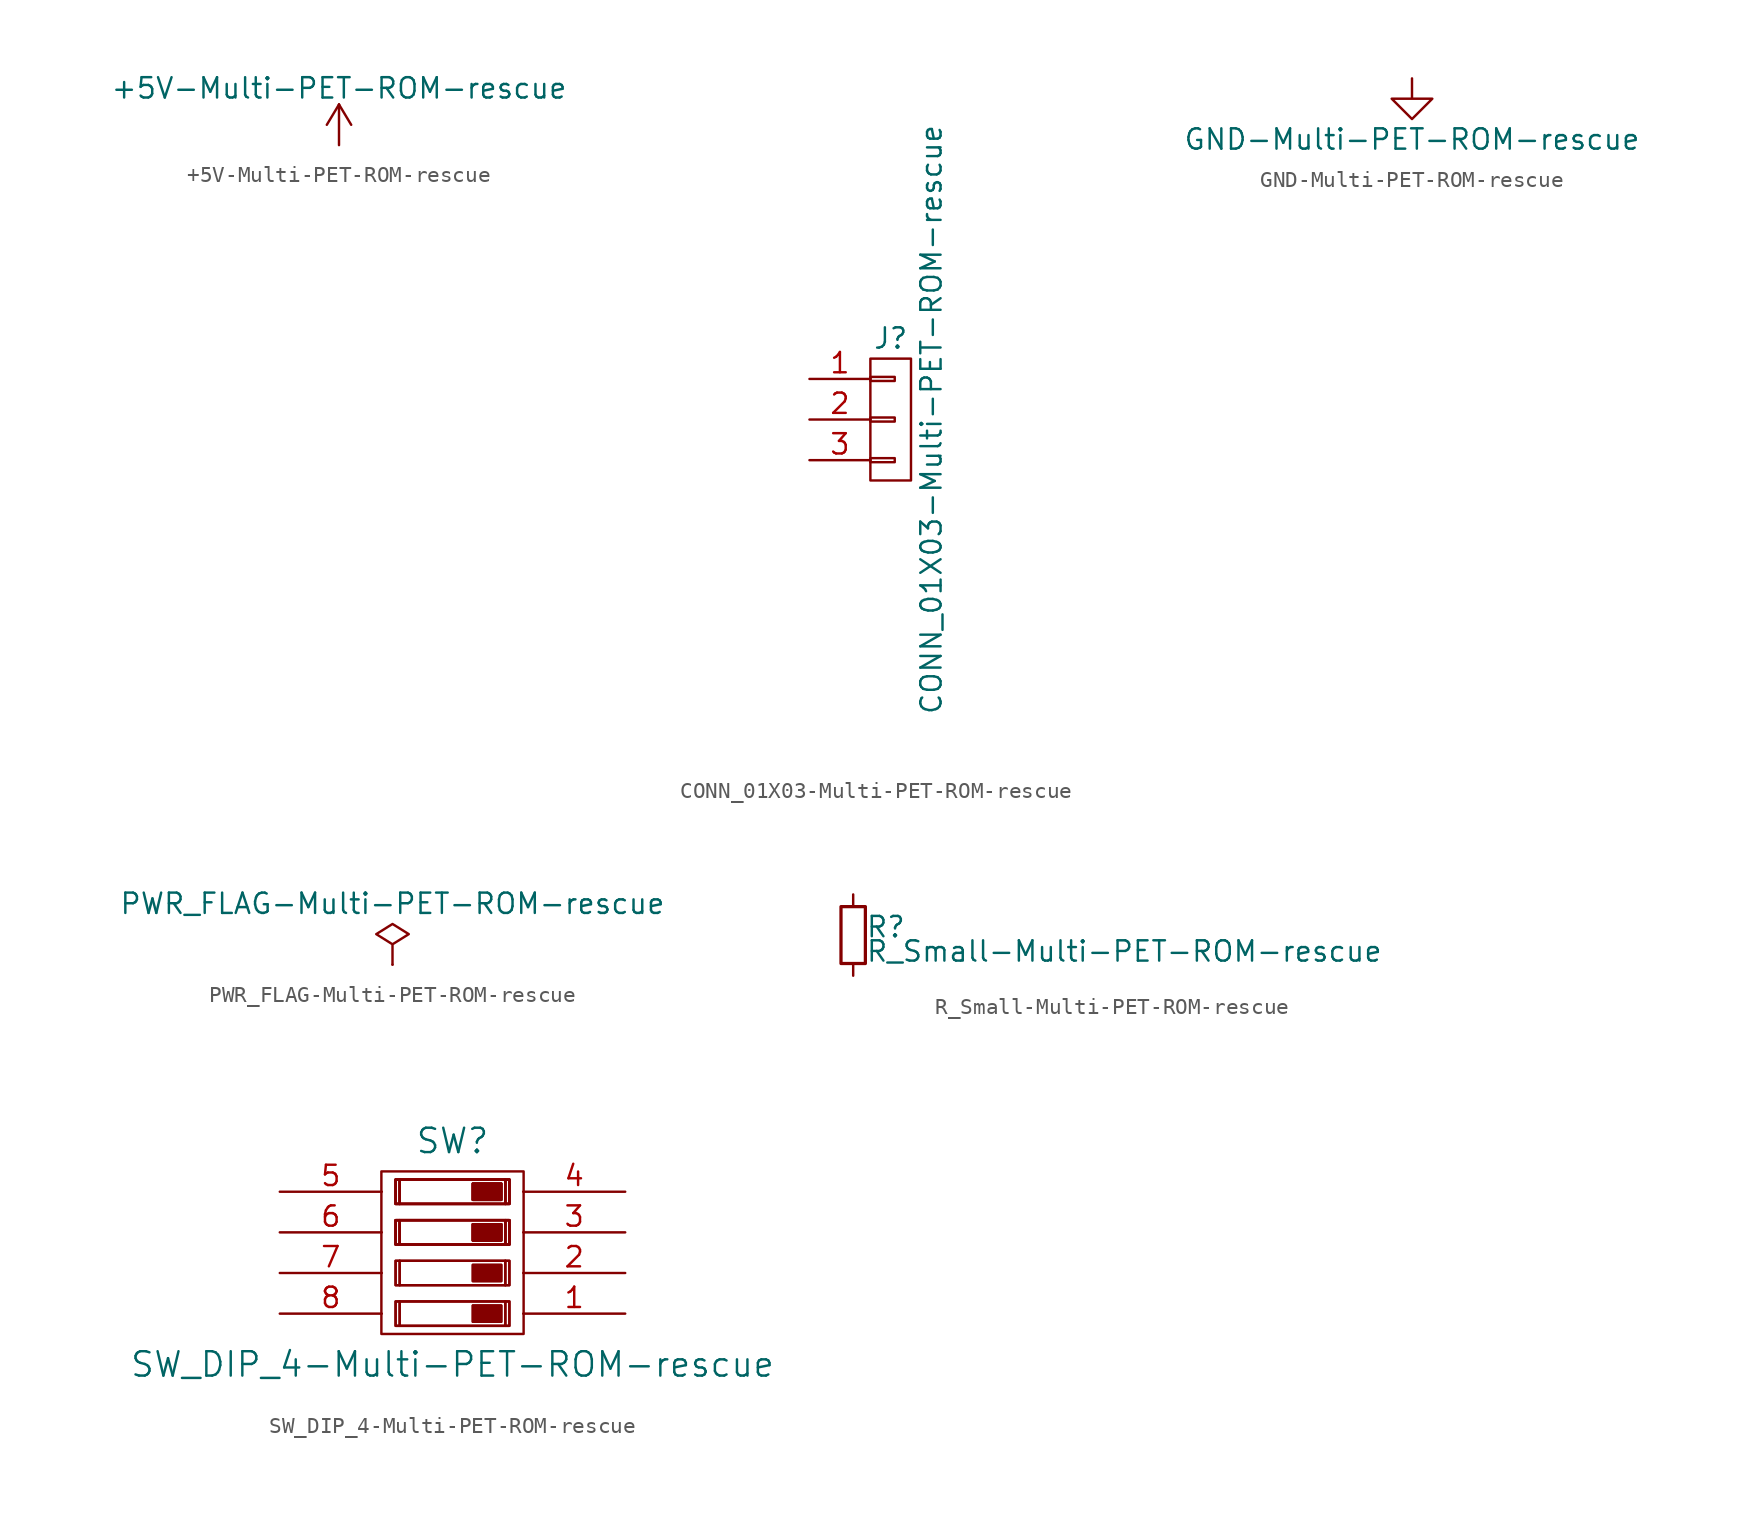
<source format=kicad_sym>
(kicad_symbol_lib
  (version 20241209)
  (generator "kicad_symbol_editor")
  (generator_version "9.0")
  (symbol "+5V-Multi-PET-ROM-rescue"
    (power)
    (pin_names
      (offset 0))
    (property "Reference" "#PWR"
      (at 0 -3.81 0)
      (effects (font (size 1.27 1.27)) (hide yes)))
    (property "Value" "+5V-Multi-PET-ROM-rescue"
      (at 0 3.556 0)
      (effects (font (size 1.27 1.27))))
    (symbol "+5V-Multi-PET-ROM-rescue_0_1"
      (polyline (pts (xy -0.762 1.27) (xy 0 2.54)) (stroke (width 0) (type solid)) (fill (type none)))
      (polyline (pts (xy 0 2.54) (xy 0.762 1.27)) (stroke (width 0) (type solid)) (fill (type none)))
      (polyline (pts (xy 0 0) (xy 0 2.54)) (stroke (width 0) (type solid)) (fill (type none))))
    (symbol "+5V-Multi-PET-ROM-rescue_1_1"
      (pin power_in line (at 0 0 90) (length 0) (hide yes) (name "+5V" (effects (font (size 1.27 1.27)))) (number "1" (effects (font (size 1.27 1.27)))))))
  (symbol "CONN_01X03-Multi-PET-ROM-rescue"
    (pin_names
      (offset 1.016)
      (hide yes))
    (property "Reference" "J"
      (at 0 5.08 0)
      (effects (font (size 1.27 1.27))))
    (property "Value" "CONN_01X03-Multi-PET-ROM-rescue"
      (at 2.54 0 90)
      (effects (font (size 1.27 1.27))))
    (symbol "CONN_01X03-Multi-PET-ROM-rescue_0_1"
      (rectangle (start -1.27 3.81) (end 1.27 -3.81) (stroke (width 0) (type solid)) (fill (type none)))
      (rectangle (start -1.27 2.667) (end 0.254 2.413) (stroke (width 0) (type solid)) (fill (type none)))
      (rectangle (start -1.27 0.127) (end 0.254 -0.127) (stroke (width 0) (type solid)) (fill (type none)))
      (rectangle (start -1.27 -2.413) (end 0.254 -2.667) (stroke (width 0) (type solid)) (fill (type none))))
    (symbol "CONN_01X03-Multi-PET-ROM-rescue_1_1"
      (pin passive line (at -5.08 2.54 0) (length 3.81) (name "P1" (effects (font (size 1.27 1.27)))) (number "1" (effects (font (size 1.27 1.27)))))
      (pin passive line (at -5.08 0 0) (length 3.81) (name "P2" (effects (font (size 1.27 1.27)))) (number "2" (effects (font (size 1.27 1.27)))))
      (pin passive line (at -5.08 -2.54 0) (length 3.81) (name "P3" (effects (font (size 1.27 1.27)))) (number "3" (effects (font (size 1.27 1.27)))))))
  (symbol "GND-Multi-PET-ROM-rescue"
    (power)
    (pin_names
      (offset 0))
    (property "Reference" "#PWR"
      (at 0 -6.35 0)
      (effects (font (size 1.27 1.27)) (hide yes)))
    (property "Value" "GND-Multi-PET-ROM-rescue"
      (at 0 -3.81 0)
      (effects (font (size 1.27 1.27))))
    (symbol "GND-Multi-PET-ROM-rescue_0_1"
      (polyline (pts (xy 0 0) (xy 0 -1.27) (xy 1.27 -1.27) (xy 0 -2.54) (xy -1.27 -1.27) (xy 0 -1.27)) (stroke (width 0) (type solid)) (fill (type none))))
    (symbol "GND-Multi-PET-ROM-rescue_1_1"
      (pin power_in line (at 0 0 270) (length 0) (hide yes) (name "GND" (effects (font (size 1.27 1.27)))) (number "1" (effects (font (size 1.27 1.27)))))))
  (symbol "PWR_FLAG-Multi-PET-ROM-rescue"
    (power)
    (pin_numbers
      (hide yes))
    (pin_names
      (offset 0)
      (hide yes))
    (property "Reference" "#FLG"
      (at 0 1.905 0)
      (effects (font (size 1.27 1.27)) (hide yes)))
    (property "Value" "PWR_FLAG-Multi-PET-ROM-rescue"
      (at 0 3.81 0)
      (effects (font (size 1.27 1.27))))
    (symbol "PWR_FLAG-Multi-PET-ROM-rescue_0_0"
      (pin power_out line (at 0 0 90) (length 0) (name "pwr" (effects (font (size 1.27 1.27)))) (number "1" (effects (font (size 1.27 1.27))))))
    (symbol "PWR_FLAG-Multi-PET-ROM-rescue_0_1"
      (polyline (pts (xy 0 0) (xy 0 1.27) (xy -1.016 1.905) (xy 0 2.54) (xy 1.016 1.905) (xy 0 1.27)) (stroke (width 0) (type solid)) (fill (type none)))))
  (symbol "R_Small-Multi-PET-ROM-rescue"
    (pin_numbers
      (hide yes))
    (pin_names
      (offset 0.254)
      (hide yes))
    (property "Reference" "R"
      (at 0.762 0.508 0)
      (effects (font (size 1.27 1.27)) (justify left)))
    (property "Value" "R_Small-Multi-PET-ROM-rescue"
      (at 0.762 -1.016 0)
      (effects (font (size 1.27 1.27)) (justify left)))
    (symbol "R_Small-Multi-PET-ROM-rescue_0_1"
      (rectangle (start -0.762 1.778) (end 0.762 -1.778) (stroke (width 0.203) (type solid)) (fill (type none))))
    (symbol "R_Small-Multi-PET-ROM-rescue_1_1"
      (pin passive line (at 0 2.54 270) (length 0.762) (name "~" (effects (font (size 1.27 1.27)))) (number "1" (effects (font (size 1.27 1.27)))))
      (pin passive line (at 0 -2.54 90) (length 0.762) (name "~" (effects (font (size 1.27 1.27)))) (number "2" (effects (font (size 1.27 1.27)))))))
  (symbol "SW_DIP_4-Multi-PET-ROM-rescue"
    (pin_names
      (offset 1.016))
    (property "Reference" "SW"
      (at 0 6.985 0)
      (effects (font (size 1.524 1.524))))
    (property "Value" "SW_DIP_4-Multi-PET-ROM-rescue"
      (at 0 -6.985 0)
      (effects (font (size 1.524 1.524))))
    (symbol "SW_DIP_4-Multi-PET-ROM-rescue_0_1"
      (rectangle (start -4.445 -5.08) (end 4.445 5.08) (stroke (width 0) (type solid)) (fill (type none)))
      (rectangle (start -3.556 4.572) (end 3.556 3.048) (stroke (width 0) (type solid)) (fill (type none)))
      (rectangle (start -3.556 4.572) (end 3.556 3.048) (stroke (width 0) (type solid)) (fill (type none)))
      (rectangle (start -3.556 4.572) (end 3.556 3.048) (stroke (width 0) (type solid)) (fill (type none)))
      (rectangle (start -3.556 4.572) (end 3.556 3.048) (stroke (width 0) (type solid)) (fill (type none)))
      (rectangle (start -3.556 2.032) (end 3.556 0.508) (stroke (width 0) (type solid)) (fill (type none)))
      (rectangle (start -3.556 2.032) (end 3.556 0.508) (stroke (width 0) (type solid)) (fill (type none)))
      (rectangle (start -3.556 2.032) (end 3.556 0.508) (stroke (width 0) (type solid)) (fill (type none)))
      (rectangle (start -3.556 2.032) (end 3.556 0.508) (stroke (width 0) (type solid)) (fill (type none)))
      (rectangle (start -3.556 -0.508) (end 3.556 -2.032) (stroke (width 0) (type solid)) (fill (type none)))
      (rectangle (start -3.556 -0.508) (end 3.556 -2.032) (stroke (width 0) (type solid)) (fill (type none)))
      (rectangle (start -3.556 -3.048) (end 3.556 -4.572) (stroke (width 0) (type solid)) (fill (type none)))
      (rectangle (start -3.556 -3.048) (end 3.556 -4.572) (stroke (width 0) (type solid)) (fill (type none)))
      (polyline (pts (xy -3.302 4.572) (xy -3.302 3.048) (xy -3.302 3.048) (xy -3.302 3.048)) (stroke (width 0) (type solid)) (fill (type outline)))
      (polyline (pts (xy -3.302 4.572) (xy -3.302 3.048) (xy -3.302 3.048) (xy -3.302 3.048)) (stroke (width 0) (type solid)) (fill (type outline)))
      (polyline (pts (xy -3.302 4.572) (xy -3.302 3.048) (xy -3.302 3.048) (xy -3.302 3.048)) (stroke (width 0) (type solid)) (fill (type outline)))
      (polyline (pts (xy -3.302 4.572) (xy -3.302 3.048) (xy -3.302 3.048) (xy -3.302 3.048)) (stroke (width 0) (type solid)) (fill (type outline)))
      (polyline (pts (xy -3.302 2.032) (xy -3.302 0.508) (xy -3.302 0.508) (xy -3.302 0.508)) (stroke (width 0) (type solid)) (fill (type outline)))
      (polyline (pts (xy -3.302 2.032) (xy -3.302 0.508) (xy -3.302 0.508) (xy -3.302 0.508)) (stroke (width 0) (type solid)) (fill (type outline)))
      (polyline (pts (xy -3.302 2.032) (xy -3.302 0.508) (xy -3.302 0.508) (xy -3.302 0.508)) (stroke (width 0) (type solid)) (fill (type outline)))
      (polyline (pts (xy -3.302 2.032) (xy -3.302 0.508) (xy -3.302 0.508) (xy -3.302 0.508)) (stroke (width 0) (type solid)) (fill (type outline)))
      (polyline (pts (xy -3.302 -0.508) (xy -3.302 -2.032) (xy -3.302 -2.032) (xy -3.302 -2.032)) (stroke (width 0) (type solid)) (fill (type outline)))
      (polyline (pts (xy -3.302 -0.508) (xy -3.302 -2.032) (xy -3.302 -2.032) (xy -3.302 -2.032)) (stroke (width 0) (type solid)) (fill (type outline)))
      (polyline (pts (xy -3.302 -3.048) (xy -3.302 -4.572) (xy -3.302 -4.572) (xy -3.302 -4.572)) (stroke (width 0) (type solid)) (fill (type outline)))
      (polyline (pts (xy -3.302 -3.048) (xy -3.302 -4.572) (xy -3.302 -4.572) (xy -3.302 -4.572)) (stroke (width 0) (type solid)) (fill (type outline)))
      (rectangle (start 1.27 4.318) (end 3.048 3.302) (stroke (width 0) (type solid)) (fill (type outline)))
      (rectangle (start 1.27 4.318) (end 3.048 3.302) (stroke (width 0) (type solid)) (fill (type outline)))
      (rectangle (start 1.27 4.318) (end 3.048 3.302) (stroke (width 0) (type solid)) (fill (type outline)))
      (rectangle (start 1.27 4.318) (end 3.048 3.302) (stroke (width 0) (type solid)) (fill (type outline)))
      (rectangle (start 1.27 1.778) (end 3.048 0.762) (stroke (width 0) (type solid)) (fill (type outline)))
      (rectangle (start 1.27 1.778) (end 3.048 0.762) (stroke (width 0) (type solid)) (fill (type outline)))
      (rectangle (start 1.27 1.778) (end 3.048 0.762) (stroke (width 0) (type solid)) (fill (type outline)))
      (rectangle (start 1.27 1.778) (end 3.048 0.762) (stroke (width 0) (type solid)) (fill (type outline)))
      (rectangle (start 1.27 -0.762) (end 3.048 -1.778) (stroke (width 0) (type solid)) (fill (type outline)))
      (rectangle (start 1.27 -0.762) (end 3.048 -1.778) (stroke (width 0) (type solid)) (fill (type outline)))
      (rectangle (start 1.27 -3.302) (end 3.048 -4.318) (stroke (width 0) (type solid)) (fill (type outline)))
      (rectangle (start 1.27 -3.302) (end 3.048 -4.318) (stroke (width 0) (type solid)) (fill (type outline)))
      (polyline (pts (xy 3.302 4.572) (xy 3.302 3.048) (xy 3.302 3.048) (xy 3.302 3.048)) (stroke (width 0) (type solid)) (fill (type outline)))
      (polyline (pts (xy 3.302 4.572) (xy 3.302 3.048) (xy 3.302 3.048) (xy 3.302 3.048)) (stroke (width 0) (type solid)) (fill (type outline)))
      (polyline (pts (xy 3.302 4.572) (xy 3.302 3.048) (xy 3.302 3.048) (xy 3.302 3.048)) (stroke (width 0) (type solid)) (fill (type outline)))
      (polyline (pts (xy 3.302 4.572) (xy 3.302 3.048) (xy 3.302 3.048) (xy 3.302 3.048)) (stroke (width 0) (type solid)) (fill (type outline)))
      (polyline (pts (xy 3.302 2.032) (xy 3.302 0.508) (xy 3.302 0.508) (xy 3.302 0.508)) (stroke (width 0) (type solid)) (fill (type outline)))
      (polyline (pts (xy 3.302 2.032) (xy 3.302 0.508) (xy 3.302 0.508) (xy 3.302 0.508)) (stroke (width 0) (type solid)) (fill (type outline)))
      (polyline (pts (xy 3.302 2.032) (xy 3.302 0.508) (xy 3.302 0.508) (xy 3.302 0.508)) (stroke (width 0) (type solid)) (fill (type outline)))
      (polyline (pts (xy 3.302 2.032) (xy 3.302 0.508) (xy 3.302 0.508) (xy 3.302 0.508)) (stroke (width 0) (type solid)) (fill (type outline)))
      (polyline (pts (xy 3.302 -0.508) (xy 3.302 -2.032) (xy 3.302 -2.032) (xy 3.302 -2.032)) (stroke (width 0) (type solid)) (fill (type outline)))
      (polyline (pts (xy 3.302 -0.508) (xy 3.302 -2.032) (xy 3.302 -2.032) (xy 3.302 -2.032)) (stroke (width 0) (type solid)) (fill (type outline)))
      (polyline (pts (xy 3.302 -3.048) (xy 3.302 -4.572) (xy 3.302 -4.572) (xy 3.302 -4.572)) (stroke (width 0) (type solid)) (fill (type outline)))
      (polyline (pts (xy 3.302 -3.048) (xy 3.302 -4.572) (xy 3.302 -4.572) (xy 3.302 -4.572)) (stroke (width 0) (type solid)) (fill (type outline))))
    (symbol "SW_DIP_4-Multi-PET-ROM-rescue_1_1"
      (pin bidirectional line (at -10.795 3.81 0) (length 6.375) (name "~" (effects (font (size 1.27 1.27)))) (number "5" (effects (font (size 1.27 1.27)))))
      (pin bidirectional line (at -10.795 1.27 0) (length 6.375) (name "~" (effects (font (size 1.27 1.27)))) (number "6" (effects (font (size 1.27 1.27)))))
      (pin bidirectional line (at -10.795 -1.27 0) (length 6.375) (name "~" (effects (font (size 1.27 1.27)))) (number "7" (effects (font (size 1.27 1.27)))))
      (pin bidirectional line (at -10.795 -3.81 0) (length 6.375) (name "~" (effects (font (size 1.27 1.27)))) (number "8" (effects (font (size 1.27 1.27)))))
      (pin bidirectional line (at 10.795 3.81 180) (length 6.375) (name "~" (effects (font (size 1.27 1.27)))) (number "4" (effects (font (size 1.27 1.27)))))
      (pin bidirectional line (at 10.795 1.27 180) (length 6.375) (name "~" (effects (font (size 1.27 1.27)))) (number "3" (effects (font (size 1.27 1.27)))))
      (pin bidirectional line (at 10.795 -1.27 180) (length 6.375) (name "~" (effects (font (size 1.27 1.27)))) (number "2" (effects (font (size 1.27 1.27)))))
      (pin bidirectional line (at 10.795 -3.81 180) (length 6.375) (name "~" (effects (font (size 1.27 1.27)))) (number "1" (effects (font (size 1.27 1.27))))))))
</source>
